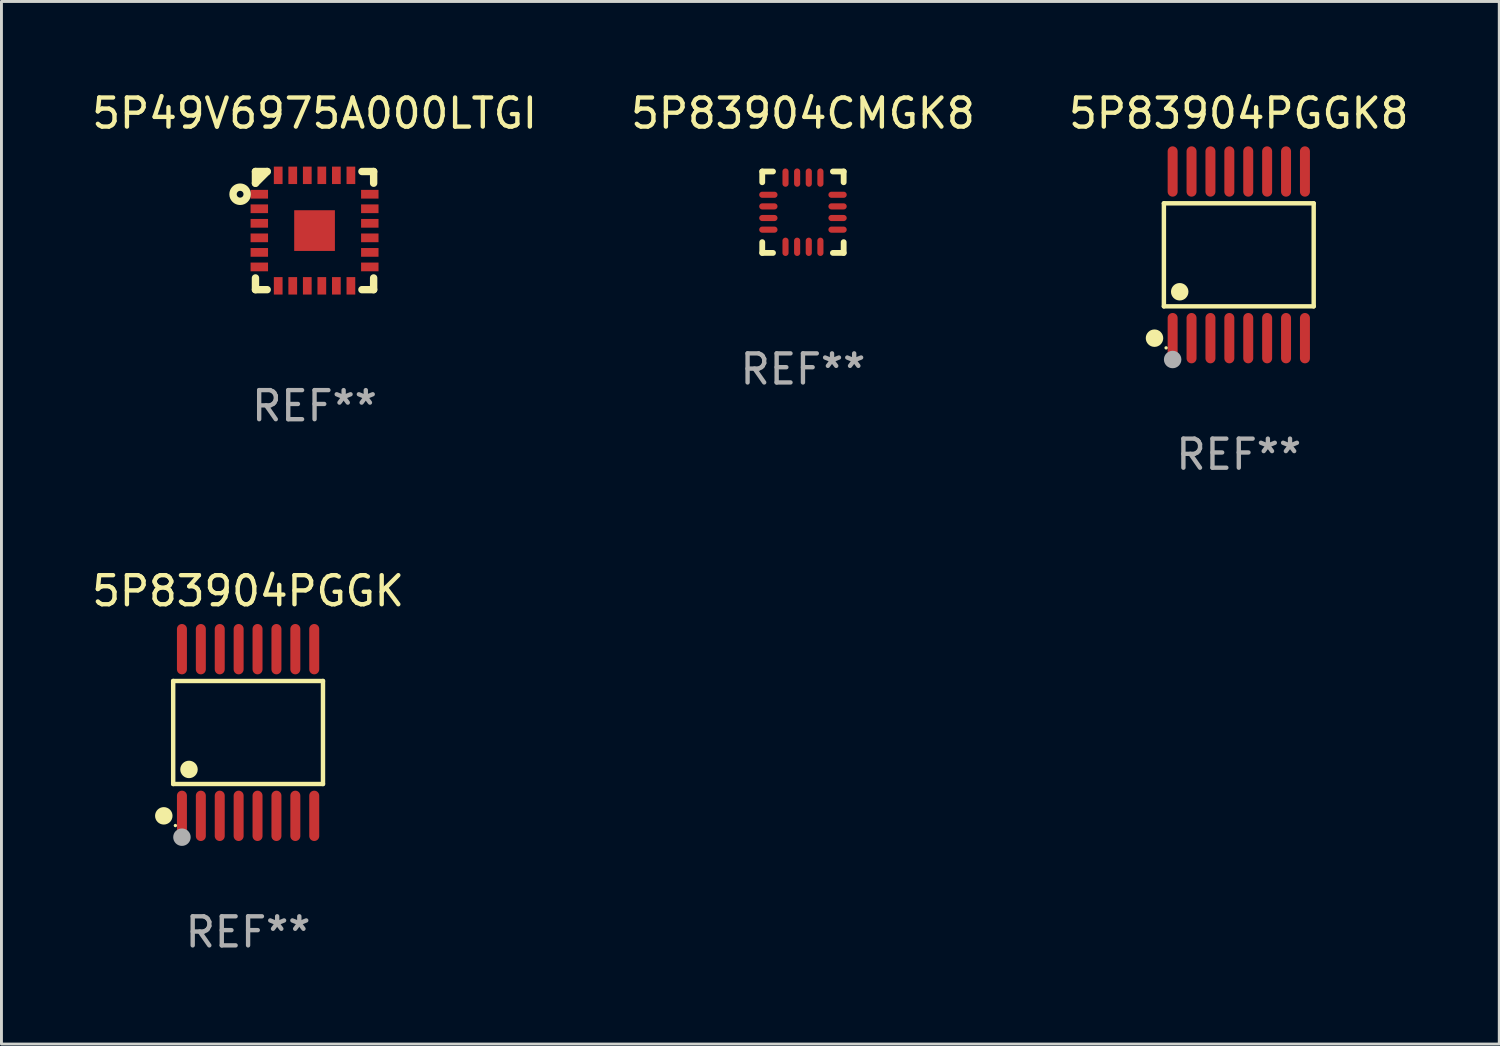
<source format=kicad_pcb>
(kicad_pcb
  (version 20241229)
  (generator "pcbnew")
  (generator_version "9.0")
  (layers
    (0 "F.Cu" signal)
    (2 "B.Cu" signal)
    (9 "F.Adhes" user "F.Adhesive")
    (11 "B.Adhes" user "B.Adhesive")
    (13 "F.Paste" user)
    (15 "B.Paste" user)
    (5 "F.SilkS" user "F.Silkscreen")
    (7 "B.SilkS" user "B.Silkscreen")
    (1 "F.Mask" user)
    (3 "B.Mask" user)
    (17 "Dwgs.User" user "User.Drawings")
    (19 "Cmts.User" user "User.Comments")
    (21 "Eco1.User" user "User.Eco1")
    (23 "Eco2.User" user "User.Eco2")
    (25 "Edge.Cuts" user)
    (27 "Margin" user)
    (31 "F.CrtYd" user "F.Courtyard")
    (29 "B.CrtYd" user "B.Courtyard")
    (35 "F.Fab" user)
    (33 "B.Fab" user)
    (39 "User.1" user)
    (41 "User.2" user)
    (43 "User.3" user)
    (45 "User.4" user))
  (footprint "5P49V6975A000LTGI"
    (layer "F.Cu")
    (at 7.768 4.88)
    (property "Reference" "5P49V6975A000LTGI" (at 0 -4.032 0) (layer "F.SilkS") (effects (font (size 1 1) (thickness 0.15))))
    (attr through_hole)
    (fp_line (start -2.032 -2.032) (end -2.032 -1.629) (stroke (width 0.254) (type solid)) (layer "F.SilkS"))
    (fp_line (start -2.032 -1.629) (end -1.629 -2.032) (stroke (width 0.254) (type solid)) (layer "F.SilkS"))
    (fp_line (start -2.032 1.629) (end -2.032 2.032) (stroke (width 0.254) (type solid)) (layer "F.SilkS"))
    (fp_line (start -2.032 2.032) (end -1.629 2.032) (stroke (width 0.254) (type solid)) (layer "F.SilkS"))
    (fp_line (start -1.629 -2.032) (end -2.032 -2.032) (stroke (width 0.254) (type solid)) (layer "F.SilkS"))
    (fp_line (start 1.629 2.032) (end 2.032 2.032) (stroke (width 0.254) (type solid)) (layer "F.SilkS"))
    (fp_line (start 2.032 -2.032) (end 1.629 -2.032) (stroke (width 0.254) (type solid)) (layer "F.SilkS"))
    (fp_line (start 2.032 -1.629) (end 2.032 -2.032) (stroke (width 0.254) (type solid)) (layer "F.SilkS"))
    (fp_line (start 2.032 2.032) (end 2.032 1.629) (stroke (width 0.254) (type solid)) (layer "F.SilkS"))
    (fp_circle (center -2.56 -1.25) (end -2.443 -1.25) (stroke (width 0.254) (type solid)) (fill no) (layer "F.SilkS"))
    (fp_text user "REF**" (at 0 6.032 0) (layer "F.Fab") (effects (font (size 1 1) (thickness 0.15))))
    (pad "1" smd rect (at -1.9 -1.25) (size 0.6 0.3) (layers "F.Cu" "F.Mask" "F.Paste"))
    (pad "2" smd rect (at -1.9 -0.75) (size 0.6 0.3) (layers "F.Cu" "F.Mask" "F.Paste"))
    (pad "3" smd rect (at -1.9 -0.25) (size 0.6 0.3) (layers "F.Cu" "F.Mask" "F.Paste"))
    (pad "4" smd rect (at -1.9 0.25) (size 0.6 0.3) (layers "F.Cu" "F.Mask" "F.Paste"))
    (pad "5" smd rect (at -1.9 0.75) (size 0.6 0.3) (layers "F.Cu" "F.Mask" "F.Paste"))
    (pad "6" smd rect (at -1.9 1.25) (size 0.6 0.3) (layers "F.Cu" "F.Mask" "F.Paste"))
    (pad "7" smd rect (at -1.25 1.9) (size 0.3 0.6) (layers "F.Cu" "F.Mask" "F.Paste"))
    (pad "8" smd rect (at -0.75 1.9) (size 0.3 0.6) (layers "F.Cu" "F.Mask" "F.Paste"))
    (pad "9" smd rect (at -0.25 1.9) (size 0.3 0.6) (layers "F.Cu" "F.Mask" "F.Paste"))
    (pad "10" smd rect (at 0.25 1.9) (size 0.3 0.6) (layers "F.Cu" "F.Mask" "F.Paste"))
    (pad "11" smd rect (at 0.75 1.9) (size 0.3 0.6) (layers "F.Cu" "F.Mask" "F.Paste"))
    (pad "12" smd rect (at 1.25 1.9) (size 0.3 0.6) (layers "F.Cu" "F.Mask" "F.Paste"))
    (pad "13" smd rect (at 1.9 1.25) (size 0.6 0.3) (layers "F.Cu" "F.Mask" "F.Paste"))
    (pad "14" smd rect (at 1.9 0.75) (size 0.6 0.3) (layers "F.Cu" "F.Mask" "F.Paste"))
    (pad "15" smd rect (at 1.9 0.25) (size 0.6 0.3) (layers "F.Cu" "F.Mask" "F.Paste"))
    (pad "16" smd rect (at 1.9 -0.25) (size 0.6 0.3) (layers "F.Cu" "F.Mask" "F.Paste"))
    (pad "17" smd rect (at 1.9 -0.75) (size 0.6 0.3) (layers "F.Cu" "F.Mask" "F.Paste"))
    (pad "18" smd rect (at 1.9 -1.25) (size 0.6 0.3) (layers "F.Cu" "F.Mask" "F.Paste"))
    (pad "19" smd rect (at 1.25 -1.9) (size 0.3 0.6) (layers "F.Cu" "F.Mask" "F.Paste"))
    (pad "20" smd rect (at 0.75 -1.9) (size 0.3 0.6) (layers "F.Cu" "F.Mask" "F.Paste"))
    (pad "21" smd rect (at 0.25 -1.9) (size 0.3 0.6) (layers "F.Cu" "F.Mask" "F.Paste"))
    (pad "22" smd rect (at -0.25 -1.9) (size 0.3 0.6) (layers "F.Cu" "F.Mask" "F.Paste"))
    (pad "23" smd rect (at -0.75 -1.9) (size 0.3 0.6) (layers "F.Cu" "F.Mask" "F.Paste"))
    (pad "24" smd rect (at -1.25 -1.9) (size 0.3 0.6) (layers "F.Cu" "F.Mask" "F.Paste"))
    (pad "25" smd rect (at -0.000025 0.000051) (size 1.4 1.4) (layers "F.Cu" "F.Mask" "F.Paste")))
  (footprint "5P83904CMGK8"
    (layer "F.Cu")
    (at 24.565 4.248)
    (property "Reference" "5P83904CMGK8" (at 0 -3.4 0) (layer "F.SilkS") (effects (font (size 1 1) (thickness 0.15))))
    (attr through_hole)
    (fp_line (start -1.4 -1.4) (end -1.03 -1.4) (stroke (width 0.2) (type solid)) (layer "F.SilkS"))
    (fp_line (start -1.4 -1.03) (end -1.4 -1.4) (stroke (width 0.2) (type solid)) (layer "F.SilkS"))
    (fp_line (start -1.4 1.4) (end -1.4 1.03) (stroke (width 0.2) (type solid)) (layer "F.SilkS"))
    (fp_line (start -1.03 1.4) (end -1.4 1.4) (stroke (width 0.2) (type solid)) (layer "F.SilkS"))
    (fp_line (start 1.03 1.4) (end 1.4 1.4) (stroke (width 0.2) (type solid)) (layer "F.SilkS"))
    (fp_line (start 1.4 -1.4) (end 1.03 -1.4) (stroke (width 0.2) (type solid)) (layer "F.SilkS"))
    (fp_line (start 1.4 -1.03) (end 1.4 -1.4) (stroke (width 0.2) (type solid)) (layer "F.SilkS"))
    (fp_line (start 1.4 1.4) (end 1.4 1.03) (stroke (width 0.2) (type solid)) (layer "F.SilkS"))
    (fp_text user "REF**" (at 0 5.4 0) (layer "F.Fab") (effects (font (size 1 1) (thickness 0.15))))
    (pad "1" smd oval (at -1.19 -0.6 270) (size 0.21 0.63) (layers "F.Cu" "F.Mask" "F.Paste"))
    (pad "2" smd oval (at -1.19 -0.2 270) (size 0.21 0.63) (layers "F.Cu" "F.Mask" "F.Paste"))
    (pad "3" smd oval (at -1.19 0.2 270) (size 0.21 0.63) (layers "F.Cu" "F.Mask" "F.Paste"))
    (pad "4" smd oval (at -1.19 0.6 270) (size 0.21 0.63) (layers "F.Cu" "F.Mask" "F.Paste"))
    (pad "5" smd oval (at -0.6 1.19) (size 0.21 0.63) (layers "F.Cu" "F.Mask" "F.Paste"))
    (pad "6" smd oval (at -0.2 1.19) (size 0.21 0.63) (layers "F.Cu" "F.Mask" "F.Paste"))
    (pad "7" smd oval (at 0.2 1.19) (size 0.21 0.63) (layers "F.Cu" "F.Mask" "F.Paste"))
    (pad "8" smd oval (at 0.6 1.19) (size 0.21 0.63) (layers "F.Cu" "F.Mask" "F.Paste"))
    (pad "9" smd oval (at 1.19 0.6 90) (size 0.21 0.63) (layers "F.Cu" "F.Mask" "F.Paste"))
    (pad "10" smd oval (at 1.19 0.2 90) (size 0.21 0.63) (layers "F.Cu" "F.Mask" "F.Paste"))
    (pad "11" smd oval (at 1.19 -0.2 90) (size 0.21 0.63) (layers "F.Cu" "F.Mask" "F.Paste"))
    (pad "12" smd oval (at 1.19 -0.6 90) (size 0.21 0.63) (layers "F.Cu" "F.Mask" "F.Paste"))
    (pad "13" smd oval (at 0.6 -1.19) (size 0.21 0.63) (layers "F.Cu" "F.Mask" "F.Paste"))
    (pad "14" smd oval (at 0.2 -1.19) (size 0.21 0.63) (layers "F.Cu" "F.Mask" "F.Paste"))
    (pad "15" smd oval (at -0.2 -1.19) (size 0.21 0.63) (layers "F.Cu" "F.Mask" "F.Paste"))
    (pad "16" smd oval (at -0.6 -1.19) (size 0.21 0.63) (layers "F.Cu" "F.Mask" "F.Paste")))
  (footprint "5P83904PGGK"
    (layer "F.Cu")
    (at 5.482 22.142)
    (property "Reference" "5P83904PGGK" (at 0 -4.866 0) (layer "F.SilkS") (effects (font (size 1 1) (thickness 0.15))))
    (attr through_hole)
    (fp_line (start -2.576 -1.772) (end 2.576 -1.772) (stroke (width 0.152) (type solid)) (layer "F.SilkS"))
    (fp_line (start -2.576 1.771) (end -2.576 -1.772) (stroke (width 0.152) (type solid)) (layer "F.SilkS"))
    (fp_line (start 2.576 -1.772) (end 2.576 1.771) (stroke (width 0.152) (type solid)) (layer "F.SilkS"))
    (fp_line (start 2.576 1.771) (end -2.576 1.771) (stroke (width 0.152) (type solid)) (layer "F.SilkS"))
    (fp_circle (center -2.899 2.866) (end -2.749 2.866) (stroke (width 0.3) (type solid)) (fill no) (layer "F.SilkS"))
    (fp_circle (center -2.5 3.2) (end -2.47 3.2) (stroke (width 0.06) (type solid)) (fill no) (layer "F.SilkS"))
    (fp_circle (center -2.032 1.27) (end -1.882 1.27) (stroke (width 0.3) (type solid)) (fill no) (layer "F.SilkS"))
    (fp_circle (center -2.275 3.6) (end -2.125 3.6) (stroke (width 0.3) (type solid)) (fill no) (layer "F.Fab"))
    (fp_text user "REF**" (at 0 6.866 0) (layer "F.Fab") (effects (font (size 1 1) (thickness 0.15))))
    (pad "1" smd oval (at -2.275 2.866) (size 0.343 1.731) (layers "F.Cu" "F.Mask" "F.Paste"))
    (pad "2" smd oval (at -1.625 2.866) (size 0.343 1.731) (layers "F.Cu" "F.Mask" "F.Paste"))
    (pad "3" smd oval (at -0.975 2.866) (size 0.343 1.731) (layers "F.Cu" "F.Mask" "F.Paste"))
    (pad "4" smd oval (at -0.325 2.866) (size 0.343 1.731) (layers "F.Cu" "F.Mask" "F.Paste"))
    (pad "5" smd oval (at 0.325 2.866) (size 0.343 1.731) (layers "F.Cu" "F.Mask" "F.Paste"))
    (pad "6" smd oval (at 0.975 2.866) (size 0.343 1.731) (layers "F.Cu" "F.Mask" "F.Paste"))
    (pad "7" smd oval (at 1.625 2.866) (size 0.343 1.731) (layers "F.Cu" "F.Mask" "F.Paste"))
    (pad "8" smd oval (at 2.275 2.866) (size 0.343 1.731) (layers "F.Cu" "F.Mask" "F.Paste"))
    (pad "9" smd oval (at 2.275 -2.866) (size 0.343 1.731) (layers "F.Cu" "F.Mask" "F.Paste"))
    (pad "10" smd oval (at 1.625 -2.866) (size 0.343 1.731) (layers "F.Cu" "F.Mask" "F.Paste"))
    (pad "11" smd oval (at 0.975 -2.866) (size 0.343 1.731) (layers "F.Cu" "F.Mask" "F.Paste"))
    (pad "12" smd oval (at 0.325 -2.866) (size 0.343 1.731) (layers "F.Cu" "F.Mask" "F.Paste"))
    (pad "13" smd oval (at -0.325 -2.866) (size 0.343 1.731) (layers "F.Cu" "F.Mask" "F.Paste"))
    (pad "14" smd oval (at -0.975 -2.866) (size 0.343 1.731) (layers "F.Cu" "F.Mask" "F.Paste"))
    (pad "15" smd oval (at -1.625 -2.866) (size 0.343 1.731) (layers "F.Cu" "F.Mask" "F.Paste"))
    (pad "16" smd oval (at -2.275 -2.866) (size 0.343 1.731) (layers "F.Cu" "F.Mask" "F.Paste")))
  (footprint "5P83904PGGK8"
    (layer "F.Cu")
    (at 39.554 5.714)
    (property "Reference" "5P83904PGGK8" (at 0 -4.866 0) (layer "F.SilkS") (effects (font (size 1 1) (thickness 0.15))))
    (attr through_hole)
    (fp_line (start -2.576 -1.772) (end 2.576 -1.772) (stroke (width 0.152) (type solid)) (layer "F.SilkS"))
    (fp_line (start -2.576 1.771) (end -2.576 -1.772) (stroke (width 0.152) (type solid)) (layer "F.SilkS"))
    (fp_line (start 2.576 -1.772) (end 2.576 1.771) (stroke (width 0.152) (type solid)) (layer "F.SilkS"))
    (fp_line (start 2.576 1.771) (end -2.576 1.771) (stroke (width 0.152) (type solid)) (layer "F.SilkS"))
    (fp_circle (center -2.899 2.866) (end -2.749 2.866) (stroke (width 0.3) (type solid)) (fill no) (layer "F.SilkS"))
    (fp_circle (center -2.5 3.2) (end -2.47 3.2) (stroke (width 0.06) (type solid)) (fill no) (layer "F.SilkS"))
    (fp_circle (center -2.032 1.27) (end -1.882 1.27) (stroke (width 0.3) (type solid)) (fill no) (layer "F.SilkS"))
    (fp_circle (center -2.275 3.6) (end -2.125 3.6) (stroke (width 0.3) (type solid)) (fill no) (layer "F.Fab"))
    (fp_text user "REF**" (at 0 6.866 0) (layer "F.Fab") (effects (font (size 1 1) (thickness 0.15))))
    (pad "1" smd oval (at -2.275 2.866) (size 0.343 1.731) (layers "F.Cu" "F.Mask" "F.Paste"))
    (pad "2" smd oval (at -1.625 2.866) (size 0.343 1.731) (layers "F.Cu" "F.Mask" "F.Paste"))
    (pad "3" smd oval (at -0.975 2.866) (size 0.343 1.731) (layers "F.Cu" "F.Mask" "F.Paste"))
    (pad "4" smd oval (at -0.325 2.866) (size 0.343 1.731) (layers "F.Cu" "F.Mask" "F.Paste"))
    (pad "5" smd oval (at 0.325 2.866) (size 0.343 1.731) (layers "F.Cu" "F.Mask" "F.Paste"))
    (pad "6" smd oval (at 0.975 2.866) (size 0.343 1.731) (layers "F.Cu" "F.Mask" "F.Paste"))
    (pad "7" smd oval (at 1.625 2.866) (size 0.343 1.731) (layers "F.Cu" "F.Mask" "F.Paste"))
    (pad "8" smd oval (at 2.275 2.866) (size 0.343 1.731) (layers "F.Cu" "F.Mask" "F.Paste"))
    (pad "9" smd oval (at 2.275 -2.866) (size 0.343 1.731) (layers "F.Cu" "F.Mask" "F.Paste"))
    (pad "10" smd oval (at 1.625 -2.866) (size 0.343 1.731) (layers "F.Cu" "F.Mask" "F.Paste"))
    (pad "11" smd oval (at 0.975 -2.866) (size 0.343 1.731) (layers "F.Cu" "F.Mask" "F.Paste"))
    (pad "12" smd oval (at 0.325 -2.866) (size 0.343 1.731) (layers "F.Cu" "F.Mask" "F.Paste"))
    (pad "13" smd oval (at -0.325 -2.866) (size 0.343 1.731) (layers "F.Cu" "F.Mask" "F.Paste"))
    (pad "14" smd oval (at -0.975 -2.866) (size 0.343 1.731) (layers "F.Cu" "F.Mask" "F.Paste"))
    (pad "15" smd oval (at -1.625 -2.866) (size 0.343 1.731) (layers "F.Cu" "F.Mask" "F.Paste"))
    (pad "16" smd oval (at -2.275 -2.866) (size 0.343 1.731) (layers "F.Cu" "F.Mask" "F.Paste")))
  (gr_rect
    (start -3 -3)
    (end 48.512 32.856)
    (stroke (width 0.1) (type default))
    (fill no)
    (layer "Edge.Cuts")))
</source>
